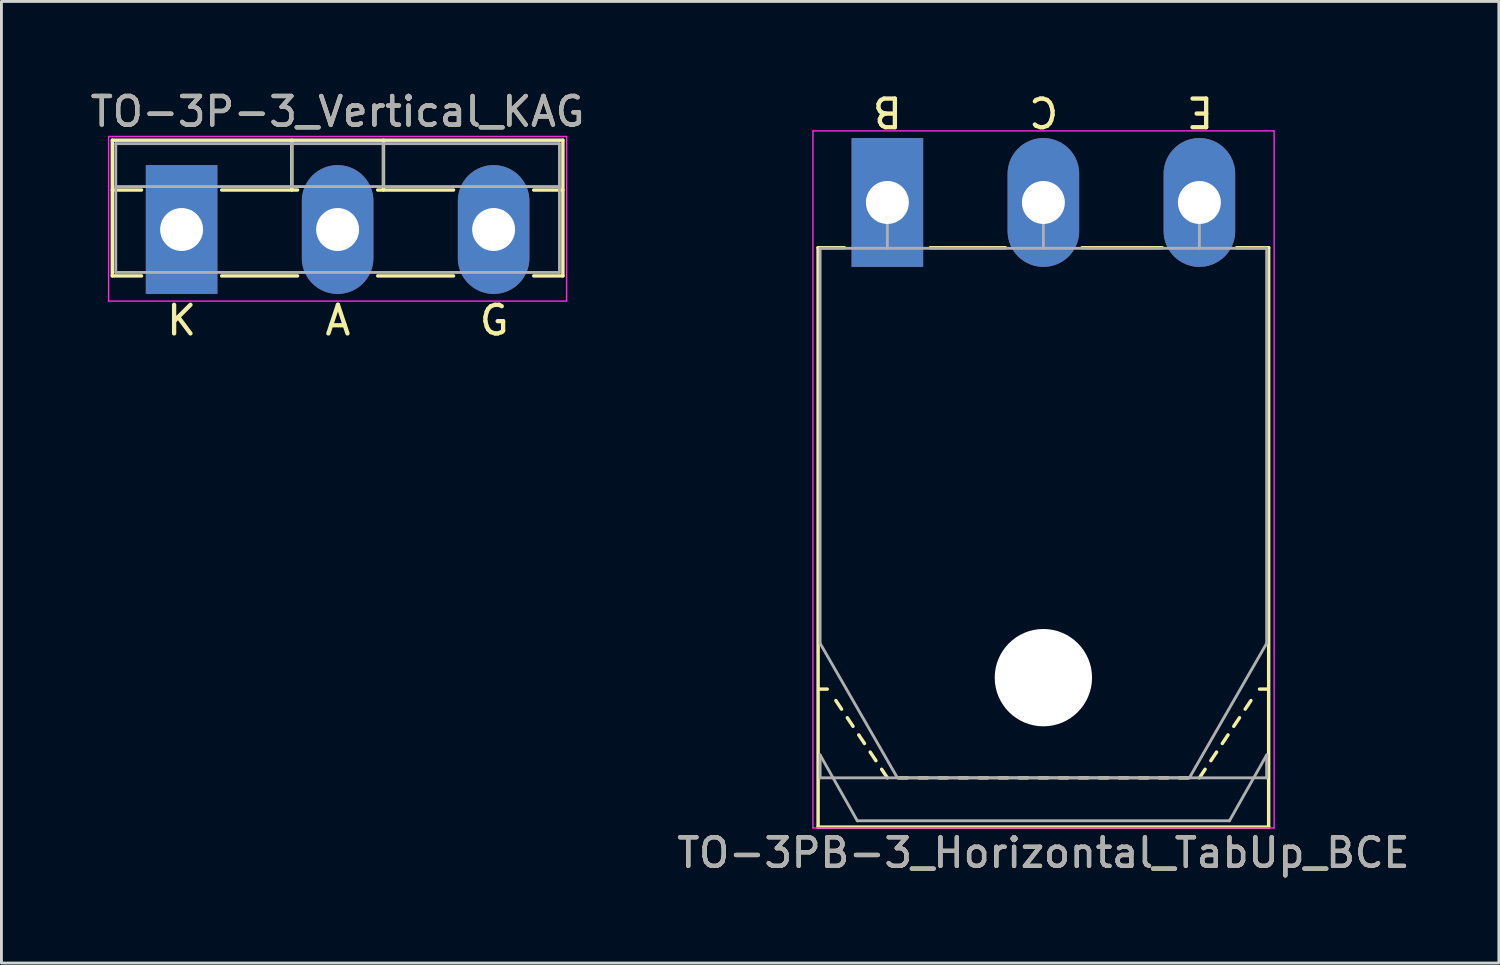
<source format=kicad_pcb>
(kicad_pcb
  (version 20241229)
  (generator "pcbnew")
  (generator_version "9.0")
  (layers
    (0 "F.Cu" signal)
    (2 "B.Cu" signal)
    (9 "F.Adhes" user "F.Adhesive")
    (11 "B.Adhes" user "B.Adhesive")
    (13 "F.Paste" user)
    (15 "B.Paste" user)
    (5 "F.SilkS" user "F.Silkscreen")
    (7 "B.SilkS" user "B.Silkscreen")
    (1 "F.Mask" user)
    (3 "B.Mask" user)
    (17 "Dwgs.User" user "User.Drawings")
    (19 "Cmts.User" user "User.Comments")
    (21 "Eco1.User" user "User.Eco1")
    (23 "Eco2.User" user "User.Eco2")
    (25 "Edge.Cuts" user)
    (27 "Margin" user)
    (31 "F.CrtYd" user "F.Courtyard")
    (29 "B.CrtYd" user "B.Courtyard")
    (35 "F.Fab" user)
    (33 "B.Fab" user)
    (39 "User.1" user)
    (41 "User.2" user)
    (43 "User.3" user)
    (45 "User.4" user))
  (footprint "TO-3P-3_Vertical_KAG"
    (layer "F.Cu")
    (at 3.294 4.968)
    (property "Reference" "TO-3P-3_Vertical_KAG" (at 5.45 -4.12 0) (layer "F.SilkS") (effects (font (size 1 1) (thickness 0.15))))
    (fp_line (start -2.42 -3.12) (end -2.42 1.62) (stroke (width 0.12) (type solid)) (layer "F.SilkS"))
    (fp_line (start -2.42 -3.12) (end 13.32 -3.12) (stroke (width 0.12) (type solid)) (layer "F.SilkS"))
    (fp_line (start -2.42 -1.38) (end -1.4 -1.38) (stroke (width 0.12) (type solid)) (layer "F.SilkS"))
    (fp_line (start -2.42 1.62) (end -1.4 1.62) (stroke (width 0.12) (type solid)) (layer "F.SilkS"))
    (fp_line (start 1.4 -1.38) (end 4.051 -1.38) (stroke (width 0.12) (type solid)) (layer "F.SilkS"))
    (fp_line (start 1.4 1.62) (end 4.051 1.62) (stroke (width 0.12) (type solid)) (layer "F.SilkS"))
    (fp_line (start 3.85 -3.12) (end 3.85 -1.38) (stroke (width 0.12) (type solid)) (layer "F.SilkS"))
    (fp_line (start 6.85 -1.38) (end 9.5 -1.38) (stroke (width 0.12) (type solid)) (layer "F.SilkS"))
    (fp_line (start 6.85 1.62) (end 9.5 1.62) (stroke (width 0.12) (type solid)) (layer "F.SilkS"))
    (fp_line (start 7.051 -3.12) (end 7.051 -1.38) (stroke (width 0.12) (type solid)) (layer "F.SilkS"))
    (fp_line (start 12.3 -1.38) (end 13.32 -1.38) (stroke (width 0.12) (type solid)) (layer "F.SilkS"))
    (fp_line (start 12.3 1.62) (end 13.32 1.62) (stroke (width 0.12) (type solid)) (layer "F.SilkS"))
    (fp_line (start 13.32 -3.12) (end 13.32 1.62) (stroke (width 0.12) (type solid)) (layer "F.SilkS"))
    (fp_line (start -2.55 -3.25) (end -2.55 2.5) (stroke (width 0.05) (type solid)) (layer "F.CrtYd"))
    (fp_line (start -2.55 2.5) (end 13.45 2.5) (stroke (width 0.05) (type solid)) (layer "F.CrtYd"))
    (fp_line (start 13.45 -3.25) (end -2.55 -3.25) (stroke (width 0.05) (type solid)) (layer "F.CrtYd"))
    (fp_line (start 13.45 2.5) (end 13.45 -3.25) (stroke (width 0.05) (type solid)) (layer "F.CrtYd"))
    (fp_line (start -2.3 -3) (end -2.3 1.5) (stroke (width 0.1) (type solid)) (layer "F.Fab"))
    (fp_line (start -2.3 -1.5) (end 13.2 -1.5) (stroke (width 0.1) (type solid)) (layer "F.Fab"))
    (fp_line (start -2.3 1.5) (end 13.2 1.5) (stroke (width 0.1) (type solid)) (layer "F.Fab"))
    (fp_line (start 3.85 -3) (end 3.85 -1.5) (stroke (width 0.1) (type solid)) (layer "F.Fab"))
    (fp_line (start 7.05 -3) (end 7.05 -1.5) (stroke (width 0.1) (type solid)) (layer "F.Fab"))
    (fp_line (start 13.2 -3) (end -2.3 -3) (stroke (width 0.1) (type solid)) (layer "F.Fab"))
    (fp_line (start 13.2 1.5) (end 13.2 -3) (stroke (width 0.1) (type solid)) (layer "F.Fab"))
    (fp_text user "G" (at 10.922 3.175 0) (layer "F.SilkS") (effects (font (size 1 1) (thickness 0.15))))
    (fp_text user "K" (at 0 3.175 0) (layer "F.SilkS") (effects (font (size 1 1) (thickness 0.15))))
    (fp_text user "A" (at 5.461 3.175 0) (layer "F.SilkS") (effects (font (size 1 1) (thickness 0.15))))
    (fp_text user "${REFERENCE}" (at 5.45 -4.12 0) (layer "F.Fab") (effects (font (size 1 1) (thickness 0.15))))
    (pad "1" thru_hole rect (at 0 0) (size 2.5 4.5) (drill 1.5) (layers "*.Cu" "*.Mask"))
    (pad "2" thru_hole oval (at 5.45 0) (size 2.5 4.5) (drill 1.5) (layers "*.Cu" "*.Mask"))
    (pad "3" thru_hole oval (at 10.9 0) (size 2.5 4.5) (drill 1.5) (layers "*.Cu" "*.Mask")))
  (footprint "TO-3PB-3_Horizontal_TabUp_BCE"
    (layer "F.Cu")
    (at 27.949 4.023)
    (property "Reference" "TO-3PB-3_Horizontal_TabUp_BCE" (at 5.45 22.72 0) (layer "F.SilkS") (effects (font (size 1 1) (thickness 0.15))))
    (fp_line (start -2.42 21.82) (end -2.42 1.58) (stroke (width 0.12) (type solid)) (layer "F.SilkS"))
    (fp_line (start -2.1 17) (end -2.4 17) (stroke (width 0.12) (type solid)) (layer "F.SilkS"))
    (fp_line (start -1.8 17.4) (end -1.6 17.7) (stroke (width 0.12) (type solid)) (layer "F.SilkS"))
    (fp_line (start -1.5 1.58) (end -2.42 1.58) (stroke (width 0.12) (type solid)) (layer "F.SilkS"))
    (fp_line (start -1.4 18) (end -1.2 18.3) (stroke (width 0.12) (type solid)) (layer "F.SilkS"))
    (fp_line (start -1 18.6) (end -0.8 18.9) (stroke (width 0.12) (type solid)) (layer "F.SilkS"))
    (fp_line (start -0.6 19.2) (end -0.4 19.5) (stroke (width 0.12) (type solid)) (layer "F.SilkS"))
    (fp_line (start -0.2 19.8) (end 0 20.1) (stroke (width 0.12) (type solid)) (layer "F.SilkS"))
    (fp_line (start 0.7 20.1) (end 0.4 20.1) (stroke (width 0.12) (type solid)) (layer "F.SilkS"))
    (fp_line (start 1.4 20.1) (end 1.1 20.1) (stroke (width 0.12) (type solid)) (layer "F.SilkS"))
    (fp_line (start 2.1 20.1) (end 1.8 20.1) (stroke (width 0.12) (type solid)) (layer "F.SilkS"))
    (fp_line (start 2.8 20.1) (end 2.5 20.1) (stroke (width 0.12) (type solid)) (layer "F.SilkS"))
    (fp_line (start 3.5 20.1) (end 3.2 20.1) (stroke (width 0.12) (type solid)) (layer "F.SilkS"))
    (fp_line (start 4.12 1.58) (end 1.5 1.58) (stroke (width 0.12) (type solid)) (layer "F.SilkS"))
    (fp_line (start 4.2 20.1) (end 3.9 20.1) (stroke (width 0.12) (type solid)) (layer "F.SilkS"))
    (fp_line (start 4.9 20.1) (end 4.6 20.1) (stroke (width 0.12) (type solid)) (layer "F.SilkS"))
    (fp_line (start 5.6 20.1) (end 5.3 20.1) (stroke (width 0.12) (type solid)) (layer "F.SilkS"))
    (fp_line (start 6.3 20.1) (end 6 20.1) (stroke (width 0.12) (type solid)) (layer "F.SilkS"))
    (fp_line (start 7 20.1) (end 6.7 20.1) (stroke (width 0.12) (type solid)) (layer "F.SilkS"))
    (fp_line (start 7.7 20.1) (end 7.4 20.1) (stroke (width 0.12) (type solid)) (layer "F.SilkS"))
    (fp_line (start 8.4 20.1) (end 8.1 20.1) (stroke (width 0.12) (type solid)) (layer "F.SilkS"))
    (fp_line (start 9.1 20.1) (end 8.8 20.1) (stroke (width 0.12) (type solid)) (layer "F.SilkS"))
    (fp_line (start 9.6 1.58) (end 6.8 1.58) (stroke (width 0.12) (type solid)) (layer "F.SilkS"))
    (fp_line (start 9.8 20.1) (end 9.5 20.1) (stroke (width 0.12) (type solid)) (layer "F.SilkS"))
    (fp_line (start 10.5 20.1) (end 10.2 20.1) (stroke (width 0.12) (type solid)) (layer "F.SilkS"))
    (fp_line (start 11.1 19.8) (end 10.9 20.1) (stroke (width 0.12) (type solid)) (layer "F.SilkS"))
    (fp_line (start 11.5 19.2) (end 11.3 19.5) (stroke (width 0.12) (type solid)) (layer "F.SilkS"))
    (fp_line (start 11.9 18.6) (end 11.7 18.9) (stroke (width 0.12) (type solid)) (layer "F.SilkS"))
    (fp_line (start 12.3 18) (end 12.1 18.3) (stroke (width 0.12) (type solid)) (layer "F.SilkS"))
    (fp_line (start 12.7 17.4) (end 12.5 17.7) (stroke (width 0.12) (type solid)) (layer "F.SilkS"))
    (fp_line (start 13 17) (end 13.3 17) (stroke (width 0.12) (type solid)) (layer "F.SilkS"))
    (fp_line (start 13.32 1.58) (end 12.2 1.58) (stroke (width 0.12) (type solid)) (layer "F.SilkS"))
    (fp_line (start 13.32 21.82) (end -2.42 21.82) (stroke (width 0.12) (type solid)) (layer "F.SilkS"))
    (fp_line (start 13.32 21.82) (end 13.32 1.58) (stroke (width 0.12) (type solid)) (layer "F.SilkS"))
    (fp_line (start -2.6 -2.5) (end -2.6 21.85) (stroke (width 0.05) (type solid)) (layer "F.CrtYd"))
    (fp_line (start -2.6 21.85) (end 13.51 21.85) (stroke (width 0.05) (type solid)) (layer "F.CrtYd"))
    (fp_line (start 13.51 -2.5) (end -2.6 -2.5) (stroke (width 0.05) (type solid)) (layer "F.CrtYd"))
    (fp_line (start 13.51 21.85) (end 13.51 -2.5) (stroke (width 0.05) (type solid)) (layer "F.CrtYd"))
    (fp_line (start -2.35 1.6) (end -2.35 15.401) (stroke (width 0.1) (type solid)) (layer "F.Fab"))
    (fp_line (start -2.35 15.401) (end 0.351 20.1) (stroke (width 0.1) (type solid)) (layer "F.Fab"))
    (fp_line (start -2.35 19.3) (end -1.05 21.6) (stroke (width 0.1) (type solid)) (layer "F.Fab"))
    (fp_line (start -2.35 20.1) (end -2.35 19.3) (stroke (width 0.1) (type solid)) (layer "F.Fab"))
    (fp_line (start -1.05 21.6) (end 11.95 21.6) (stroke (width 0.1) (type solid)) (layer "F.Fab"))
    (fp_line (start 0 1.6) (end 0 0) (stroke (width 0.1) (type solid)) (layer "F.Fab"))
    (fp_line (start 0.351 20.1) (end 10.55 20.1) (stroke (width 0.1) (type solid)) (layer "F.Fab"))
    (fp_line (start 5.45 1.6) (end 5.45 0) (stroke (width 0.1) (type solid)) (layer "F.Fab"))
    (fp_line (start 10.55 20.1) (end 13.25 15.401) (stroke (width 0.1) (type solid)) (layer "F.Fab"))
    (fp_line (start 10.9 1.6) (end 10.9 0) (stroke (width 0.1) (type solid)) (layer "F.Fab"))
    (fp_line (start 11.95 21.6) (end 13.25 19.3) (stroke (width 0.1) (type solid)) (layer "F.Fab"))
    (fp_line (start 13.25 1.6) (end -2.35 1.6) (stroke (width 0.1) (type solid)) (layer "F.Fab"))
    (fp_line (start 13.25 15.401) (end 13.25 1.6) (stroke (width 0.1) (type solid)) (layer "F.Fab"))
    (fp_line (start 13.25 19.3) (end 13.25 20.1) (stroke (width 0.1) (type solid)) (layer "F.Fab"))
    (fp_line (start 13.25 20.1) (end -2.35 20.1) (stroke (width 0.1) (type solid)) (layer "F.Fab"))
    (fp_circle (center 5.45 16.6) (end 7.05 16.6) (stroke (width 0.1) (type solid)) (fill no) (layer "F.Fab"))
    (fp_text user "B" (at 0 -3.175 180) (unlocked yes) (layer "F.SilkS") (effects (font (size 1 1) (thickness 0.15))))
    (fp_text user "C" (at 5.461 -3.175 180) (unlocked yes) (layer "F.SilkS") (effects (font (size 1 1) (thickness 0.15))))
    (fp_text user "E" (at 10.922 -3.175 180) (unlocked yes) (layer "F.SilkS") (effects (font (size 1 1) (thickness 0.15))))
    (fp_text user "${REFERENCE}" (at 5.45 22.72 0) (layer "F.Fab") (effects (font (size 1 1) (thickness 0.15))))
    (pad "" np_thru_hole oval (at 5.45 16.6) (size 3.4 3.4) (drill 3.4) (layers "*.Cu" "*.Mask"))
    (pad "1" thru_hole rect (at 0 0) (size 2.5 4.5) (drill 1.5) (layers "*.Cu" "*.Mask"))
    (pad "2" thru_hole oval (at 5.45 0) (size 2.5 4.5) (drill 1.5) (layers "*.Cu" "*.Mask"))
    (pad "3" thru_hole oval (at 10.9 0) (size 2.5 4.5) (drill 1.5) (layers "*.Cu" "*.Mask")))
  (gr_rect
    (start -3 -3)
    (end 49.31 30.591)
    (stroke (width 0.1) (type default))
    (fill no)
    (layer "Edge.Cuts")))
</source>
